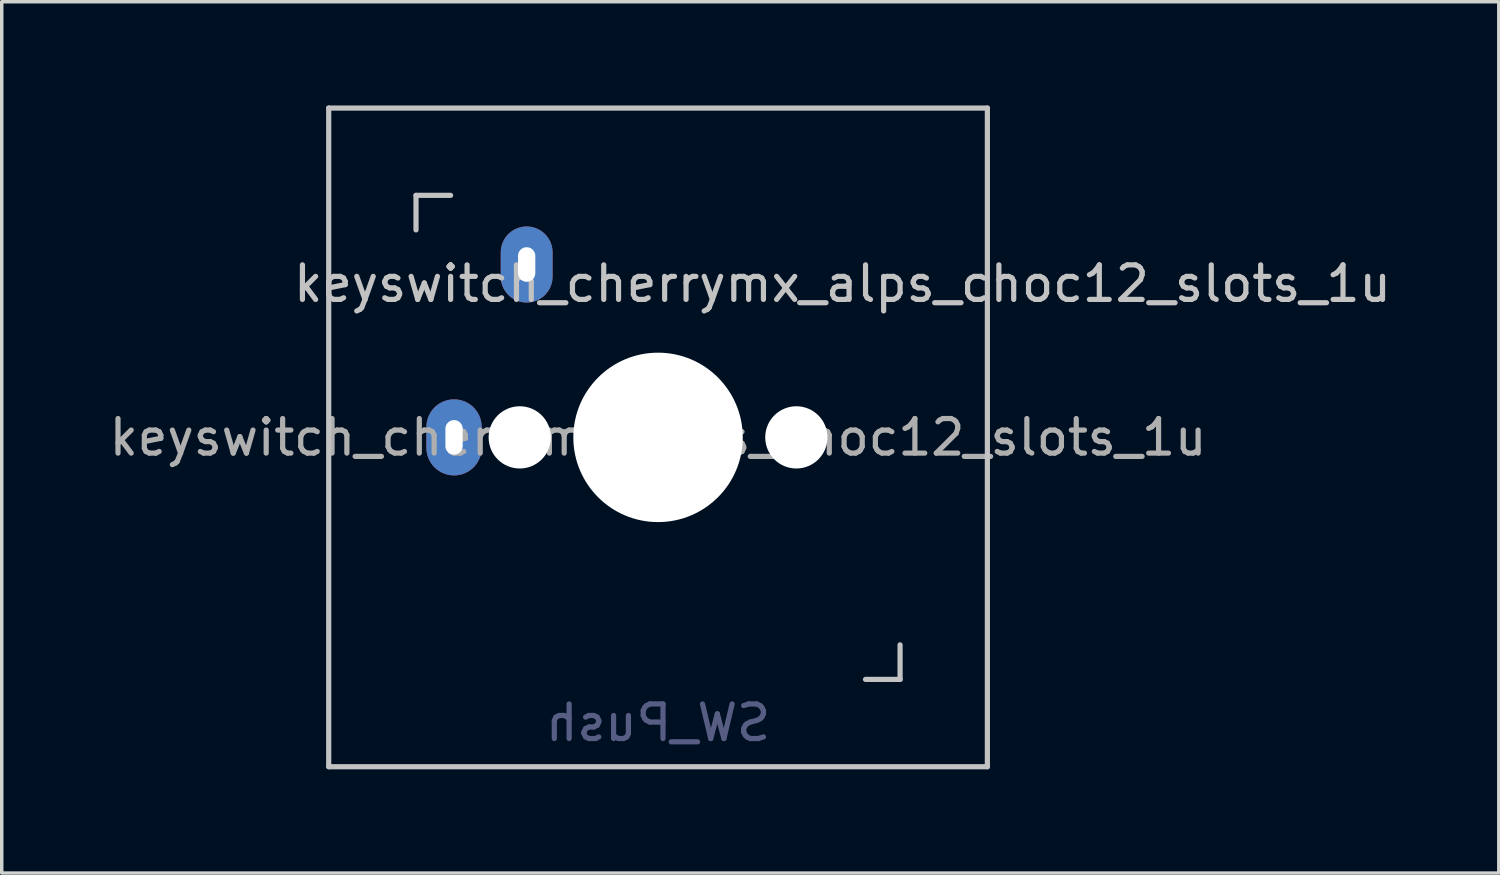
<source format=kicad_pcb>
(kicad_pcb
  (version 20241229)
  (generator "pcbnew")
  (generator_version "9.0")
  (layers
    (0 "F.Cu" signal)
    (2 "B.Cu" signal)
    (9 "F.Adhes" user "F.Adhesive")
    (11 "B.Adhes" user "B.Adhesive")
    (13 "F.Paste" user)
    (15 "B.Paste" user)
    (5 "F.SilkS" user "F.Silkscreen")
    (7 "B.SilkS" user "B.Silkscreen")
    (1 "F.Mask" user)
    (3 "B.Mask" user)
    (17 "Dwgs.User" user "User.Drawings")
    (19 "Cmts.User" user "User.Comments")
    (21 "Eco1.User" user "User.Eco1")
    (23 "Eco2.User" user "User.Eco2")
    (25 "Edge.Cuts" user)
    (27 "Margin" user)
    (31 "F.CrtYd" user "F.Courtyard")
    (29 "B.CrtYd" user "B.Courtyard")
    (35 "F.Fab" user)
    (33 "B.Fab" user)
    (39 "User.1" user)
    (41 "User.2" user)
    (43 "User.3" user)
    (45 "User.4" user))
  (footprint "keyswitch_cherrymx_alps_choc12_slots_1u"
    (layer "F.Cu")
    (at 15.982 9.6)
    (property "Reference" "keyswitch_cherrymx_alps_choc12_slots_1u" (at 5.334 -4.445 180) (layer "Dwgs.User") (effects (font (size 1 1) (thickness 0.15))))
    (property "Value" "SW_Push" (at -0.07 8.17 180) (layer "Dwgs.User") (hide yes) (effects (font (size 1 1) (thickness 0.15))))
    (attr through_hole)
    (fp_line (start -9.525 -9.525) (end 9.525 -9.525) (stroke (width 0.15) (type solid)) (layer "Dwgs.User"))
    (fp_line (start -9.525 9.525) (end -9.525 -9.525) (stroke (width 0.15) (type solid)) (layer "Dwgs.User"))
    (fp_line (start -7 -7) (end -6 -7) (stroke (width 0.15) (type solid)) (layer "Dwgs.User"))
    (fp_line (start -7 -6) (end -7 -7) (stroke (width 0.15) (type solid)) (layer "Dwgs.User"))
    (fp_line (start 6 7) (end 7 7) (stroke (width 0.15) (type solid)) (layer "Dwgs.User"))
    (fp_line (start 7 7) (end 7 6) (stroke (width 0.15) (type solid)) (layer "Dwgs.User"))
    (fp_line (start 9.525 -9.525) (end 9.525 9.525) (stroke (width 0.15) (type solid)) (layer "Dwgs.User"))
    (fp_line (start 9.525 9.525) (end -9.525 9.525) (stroke (width 0.15) (type solid)) (layer "Dwgs.User"))
    (fp_text user "${VALUE}" (at 0 8.255 0) (layer "B.Fab") (effects (font (size 1 1) (thickness 0.15)) (justify mirror)))
    (fp_text user "${REFERENCE}" (at 0 0 180) (layer "F.Fab") (effects (font (size 1 1) (thickness 0.15))))
    (pad "" np_thru_hole circle (at -4 0 90) (size 1.8 1.8) (drill 1.8) (layers "*.Cu"))
    (pad "" np_thru_hole circle (at 0 0 90) (size 4.9 4.9) (drill 4.9) (layers "*.Cu"))
    (pad "" np_thru_hole circle (at 4 0 90) (size 1.8 1.8) (drill 1.8) (layers "*.Cu"))
    (pad "1" thru_hole oval (at -5.9 0 90) (size 2.2 1.6) (drill oval 1 0.5) (layers "*.Cu" "B.Mask"))
    (pad "2" thru_hole oval (at -3.8 -5 90) (size 2.2 1.5) (drill oval 1 0.5) (layers "*.Cu" "B.Mask")))
  (gr_rect
    (start -3 -3)
    (end 40.298 22.2)
    (stroke (width 0.1) (type default))
    (fill no)
    (layer "Edge.Cuts")))
</source>
